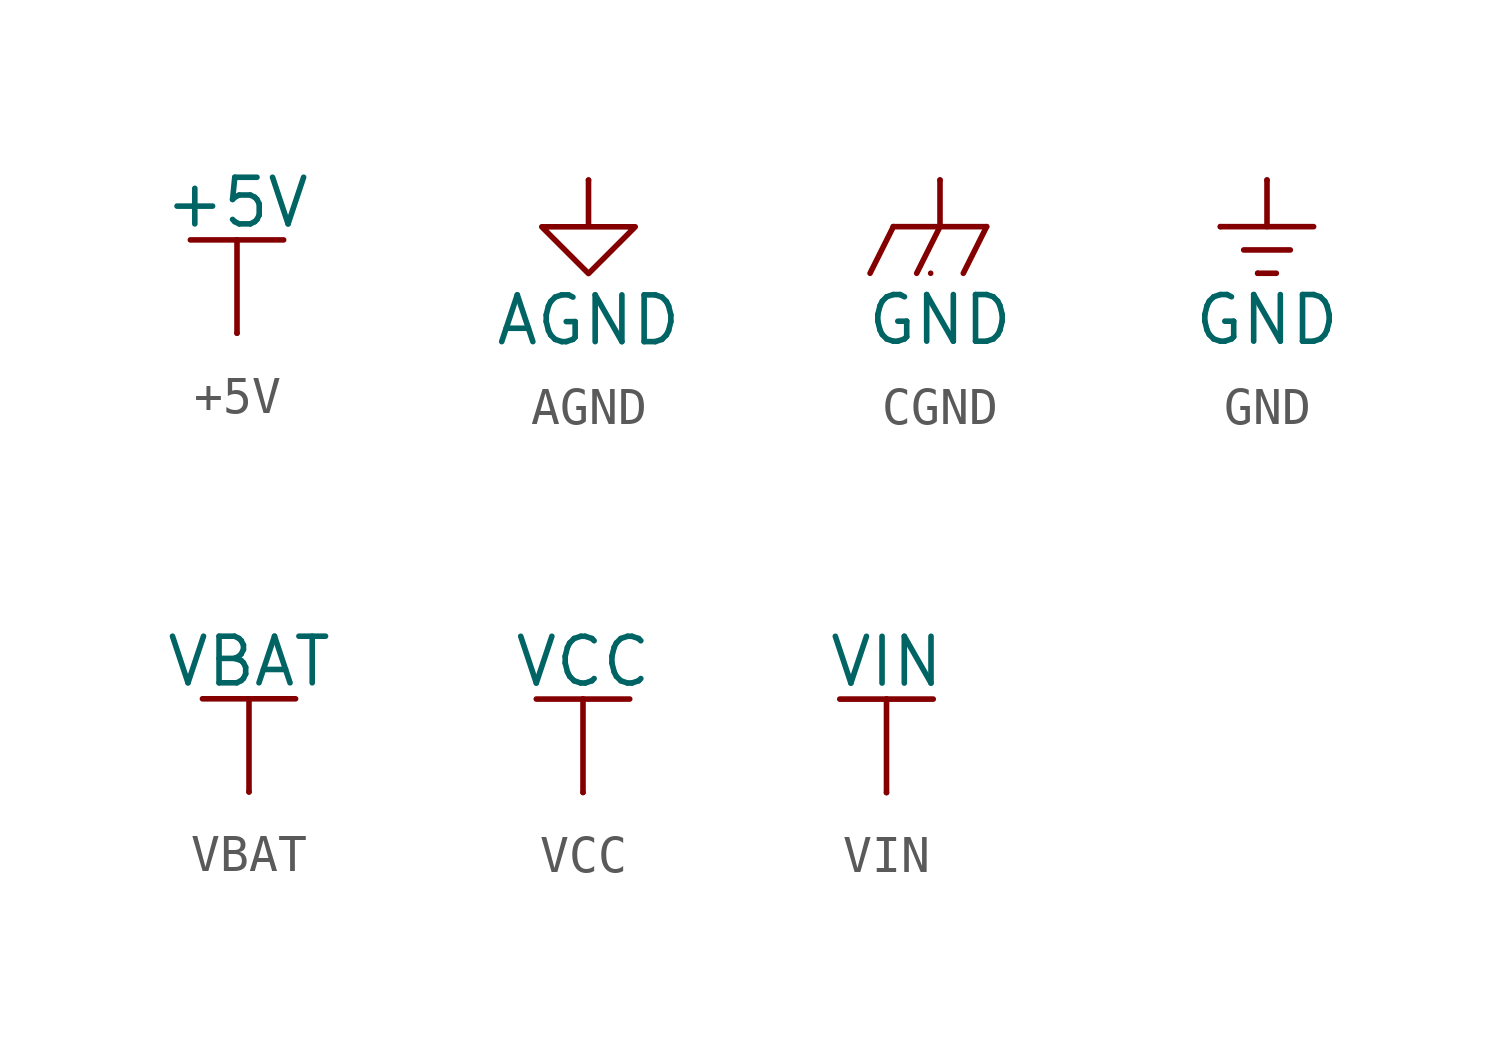
<source format=kicad_sym>
(kicad_symbol_lib
  (version 20231120)
  (generator "kicad_symbol_editor")
  (generator_version "8.0")
  (symbol "+5V"
    (power)
    (pin_numbers hide)
    (pin_names
      (offset 0) hide)
    (property "Reference" "#PWR"
      (at 0 0 0)
      (effects (font (size 1.27 1.27)) (hide yes)))
    (property "Value" "+5V"
      (at 0 3.556 0)
      (do_not_autoplace)
      (effects (font (size 1.27 1.27))))
    (symbol "+5V_0_1"
      (polyline (pts (xy -1.27 2.54) (xy 0 2.54)) (stroke (width 0) (type default)) (fill (type none)))
      (polyline (pts (xy 0 0) (xy 0 2.54)) (stroke (width 0) (type default)) (fill (type none)))
      (polyline (pts (xy 0 2.54) (xy 1.27 2.54)) (stroke (width 0) (type default)) (fill (type none))))
    (symbol "+5V_1_1"
      (pin power_in line (at 0 0 90) (length 0) (name "~" (effects (font (size 1.27 1.27)))) (number "1" (effects (font (size 1.27 1.27)))))))
  (symbol "AGND"
    (power)
    (pin_numbers hide)
    (pin_names
      (offset 0) hide)
    (property "Reference" "#PWR"
      (at 0 0 0)
      (effects (font (size 1.27 1.27)) (hide yes)))
    (property "Value" "AGND"
      (at 0 -3.81 0)
      (do_not_autoplace)
      (effects (font (size 1.27 1.27))))
    (symbol "AGND_0_1"
      (polyline (pts (xy 0 0) (xy 0 -1.27) (xy 1.27 -1.27) (xy 0 -2.54) (xy -1.27 -1.27) (xy 0 -1.27)) (stroke (width 0) (type default)) (fill (type none))))
    (symbol "AGND_1_1"
      (pin power_in line (at 0 0 270) (length 0) (name "~" (effects (font (size 1.27 1.27)))) (number "1" (effects (font (size 1.27 1.27)))))))
  (symbol "CGND"
    (power)
    (pin_numbers hide)
    (pin_names
      (offset 0) hide)
    (property "Reference" "#PWR"
      (at 0 0 0)
      (effects (font (size 1.27 1.27)) (hide yes)))
    (property "Value" "GND"
      (at 0 -3.81 0)
      (do_not_autoplace)
      (effects (font (size 1.27 1.27))))
    (symbol "CGND_0_1"
      (polyline (pts (xy -1.27 -1.27) (xy -1.905 -2.54)) (stroke (width 0) (type default)) (fill (type none)))
      (polyline (pts (xy -1.27 -1.27) (xy -1.27 -1.27)) (stroke (width 0) (type default)) (fill (type none)))
      (polyline (pts (xy -0.254 -2.54) (xy -0.254 -2.54)) (stroke (width 0) (type default)) (fill (type none)))
      (polyline (pts (xy 0 -1.27) (xy -0.635 -2.54)) (stroke (width 0) (type default)) (fill (type none)))
      (polyline (pts (xy 0 0) (xy 0 -1.27)) (stroke (width 0) (type default)) (fill (type none)))
      (polyline (pts (xy 1.27 -1.27) (xy -1.27 -1.27)) (stroke (width 0) (type default)) (fill (type none)))
      (polyline (pts (xy 1.27 -1.27) (xy 0.635 -2.54)) (stroke (width 0) (type default)) (fill (type none))))
    (symbol "CGND_1_1"
      (pin power_in line (at 0 0 270) (length 0) (name "~" (effects (font (size 1.27 1.27)))) (number "1" (effects (font (size 1.27 1.27)))))))
  (symbol "GND"
    (power)
    (pin_numbers hide)
    (pin_names
      (offset 0) hide)
    (property "Reference" "#PWR"
      (at 0 0 0)
      (effects (font (size 1.27 1.27)) (hide yes)))
    (property "Value" "GND"
      (at 0 -3.81 0)
      (do_not_autoplace)
      (effects (font (size 1.27 1.27))))
    (symbol "GND_0_1"
      (polyline (pts (xy -1.27 -1.27) (xy -1.27 -1.27)) (stroke (width 0) (type default)) (fill (type none)))
      (polyline (pts (xy -0.635 -1.905) (xy 0.635 -1.905)) (stroke (width 0) (type default)) (fill (type none)))
      (polyline (pts (xy -0.254 -2.54) (xy -0.254 -2.54)) (stroke (width 0) (type default)) (fill (type none)))
      (polyline (pts (xy -0.254 -2.54) (xy 0.254 -2.54)) (stroke (width 0) (type default)) (fill (type none)))
      (polyline (pts (xy 0 0) (xy 0 -1.27)) (stroke (width 0) (type default)) (fill (type none)))
      (polyline (pts (xy 1.27 -1.27) (xy -1.27 -1.27)) (stroke (width 0) (type default)) (fill (type none))))
    (symbol "GND_1_1"
      (pin power_in line (at 0 0 270) (length 0) (name "~" (effects (font (size 1.27 1.27)))) (number "1" (effects (font (size 1.27 1.27)))))))
  (symbol "VBAT"
    (power)
    (pin_numbers hide)
    (pin_names
      (offset 0) hide)
    (property "Reference" "#PWR"
      (at 0 0 0)
      (effects (font (size 1.27 1.27)) (hide yes)))
    (property "Value" "VBAT"
      (at 0 3.556 0)
      (do_not_autoplace)
      (effects (font (size 1.27 1.27))))
    (symbol "VBAT_0_1"
      (polyline (pts (xy -1.27 2.54) (xy 0 2.54)) (stroke (width 0) (type default)) (fill (type none)))
      (polyline (pts (xy 0 0) (xy 0 2.54)) (stroke (width 0) (type default)) (fill (type none)))
      (polyline (pts (xy 0 2.54) (xy 1.27 2.54)) (stroke (width 0) (type default)) (fill (type none))))
    (symbol "VBAT_1_1"
      (pin power_in line (at 0 0 90) (length 0) (name "~" (effects (font (size 1.27 1.27)))) (number "1" (effects (font (size 1.27 1.27)))))))
  (symbol "VCC"
    (power)
    (pin_numbers hide)
    (pin_names
      (offset 0) hide)
    (property "Reference" "#PWR"
      (at 0 0 0)
      (effects (font (size 1.27 1.27)) (hide yes)))
    (property "Value" "VCC"
      (at 0 3.556 0)
      (do_not_autoplace)
      (effects (font (size 1.27 1.27))))
    (symbol "VCC_0_1"
      (polyline (pts (xy -1.27 2.54) (xy 0 2.54)) (stroke (width 0) (type default)) (fill (type none)))
      (polyline (pts (xy 0 0) (xy 0 2.54)) (stroke (width 0) (type default)) (fill (type none)))
      (polyline (pts (xy 0 2.54) (xy 1.27 2.54)) (stroke (width 0) (type default)) (fill (type none))))
    (symbol "VCC_1_1"
      (pin power_in line (at 0 0 90) (length 0) (name "~" (effects (font (size 1.27 1.27)))) (number "1" (effects (font (size 1.27 1.27)))))))
  (symbol "VIN"
    (power)
    (pin_numbers hide)
    (pin_names
      (offset 0) hide)
    (property "Reference" "#PWR"
      (at 0 0 0)
      (effects (font (size 1.27 1.27)) (hide yes)))
    (property "Value" "VIN"
      (at 0 3.556 0)
      (do_not_autoplace)
      (effects (font (size 1.27 1.27))))
    (symbol "VIN_0_1"
      (polyline (pts (xy -1.27 2.54) (xy 0 2.54)) (stroke (width 0) (type default)) (fill (type none)))
      (polyline (pts (xy 0 0) (xy 0 2.54)) (stroke (width 0) (type default)) (fill (type none)))
      (polyline (pts (xy 0 2.54) (xy 1.27 2.54)) (stroke (width 0) (type default)) (fill (type none))))
    (symbol "VIN_1_1"
      (pin power_in line (at 0 0 90) (length 0) (name "~" (effects (font (size 1.27 1.27)))) (number "1" (effects (font (size 1.27 1.27))))))))
</source>
